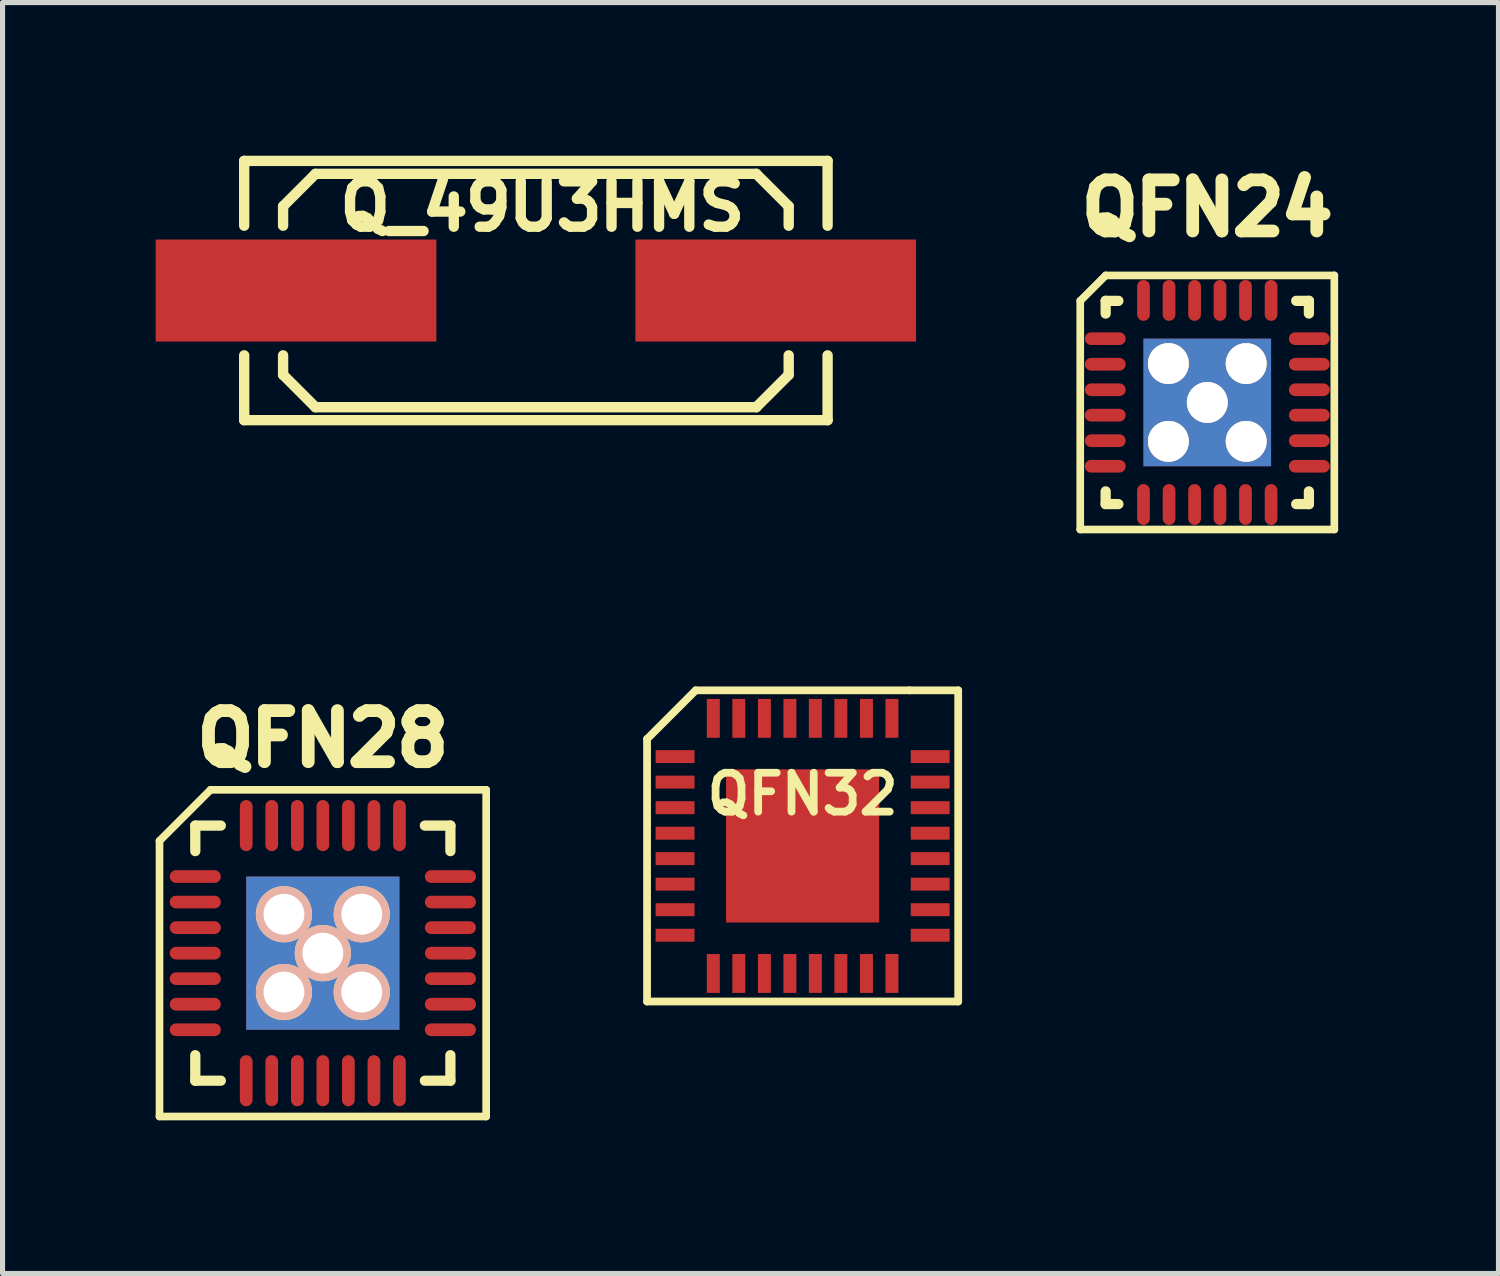
<source format=kicad_pcb>
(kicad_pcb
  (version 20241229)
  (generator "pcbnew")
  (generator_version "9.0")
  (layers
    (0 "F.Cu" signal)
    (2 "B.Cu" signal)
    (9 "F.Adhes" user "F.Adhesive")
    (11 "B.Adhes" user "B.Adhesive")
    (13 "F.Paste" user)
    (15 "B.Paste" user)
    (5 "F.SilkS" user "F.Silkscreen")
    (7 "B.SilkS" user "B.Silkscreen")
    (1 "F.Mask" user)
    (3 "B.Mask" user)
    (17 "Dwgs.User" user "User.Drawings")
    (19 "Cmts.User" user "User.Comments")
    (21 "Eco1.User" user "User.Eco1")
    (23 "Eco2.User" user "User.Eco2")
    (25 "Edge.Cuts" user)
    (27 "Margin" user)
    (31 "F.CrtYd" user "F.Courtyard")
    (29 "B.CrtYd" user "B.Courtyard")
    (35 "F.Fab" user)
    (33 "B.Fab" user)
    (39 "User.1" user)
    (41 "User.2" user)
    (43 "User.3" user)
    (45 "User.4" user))
  (footprint "Q_49U3HMS"
    (layer "F.Cu")
    (at 7.449 2.642)
    (property "Reference" "Q_49U3HMS" (at 0.127 -1.651 0) (layer "F.SilkS") (effects (font (size 0.889 0.889) (thickness 0.203))))
    (attr through_hole)
    (fp_line (start -5.715 -2.54) (end -5.715 -1.27) (stroke (width 0.203) (type solid)) (layer "F.SilkS"))
    (fp_line (start -5.715 -2.54) (end 5.715 -2.54) (stroke (width 0.203) (type solid)) (layer "F.SilkS"))
    (fp_line (start -5.715 2.54) (end -5.715 1.27) (stroke (width 0.203) (type solid)) (layer "F.SilkS"))
    (fp_line (start -4.953 -1.651) (end -4.953 -1.27) (stroke (width 0.203) (type solid)) (layer "F.SilkS"))
    (fp_line (start -4.953 1.651) (end -4.953 1.27) (stroke (width 0.203) (type solid)) (layer "F.SilkS"))
    (fp_line (start -4.953 1.651) (end -4.318 2.286) (stroke (width 0.203) (type solid)) (layer "F.SilkS"))
    (fp_line (start -4.318 -2.286) (end -4.953 -1.651) (stroke (width 0.203) (type solid)) (layer "F.SilkS"))
    (fp_line (start -4.318 2.286) (end 4.318 2.286) (stroke (width 0.203) (type solid)) (layer "F.SilkS"))
    (fp_line (start 4.318 -2.286) (end -4.318 -2.286) (stroke (width 0.203) (type solid)) (layer "F.SilkS"))
    (fp_line (start 4.318 2.286) (end 4.953 1.651) (stroke (width 0.203) (type solid)) (layer "F.SilkS"))
    (fp_line (start 4.953 -1.651) (end 4.318 -2.286) (stroke (width 0.203) (type solid)) (layer "F.SilkS"))
    (fp_line (start 4.953 -1.651) (end 4.953 -1.27) (stroke (width 0.203) (type solid)) (layer "F.SilkS"))
    (fp_line (start 4.953 1.651) (end 4.953 1.27) (stroke (width 0.203) (type solid)) (layer "F.SilkS"))
    (fp_line (start 5.715 -2.54) (end 5.715 -1.27) (stroke (width 0.203) (type solid)) (layer "F.SilkS"))
    (fp_line (start 5.715 2.54) (end -5.715 2.54) (stroke (width 0.203) (type solid)) (layer "F.SilkS"))
    (fp_line (start 5.715 2.54) (end 5.715 1.27) (stroke (width 0.203) (type solid)) (layer "F.SilkS"))
    (pad "1" smd rect (at -4.699 0) (size 5.499 1.999) (layers "F.Cu" "F.Mask" "F.Paste"))
    (pad "2" smd rect (at 4.699 0) (size 5.499 1.999) (layers "F.Cu" "F.Mask" "F.Paste")))
  (footprint "QFN32"
    (layer "F.Cu")
    (at 12.675 13.523)
    (property "Reference" "QFN32" (at 0 -1.016 0) (layer "F.SilkS") (effects (font (size 0.762 0.762) (thickness 0.152))))
    (attr smd)
    (fp_line (start -3.048 -2.095) (end -2.095 -3.048) (stroke (width 0.152) (type solid)) (layer "F.SilkS"))
    (fp_line (start -3.048 3.048) (end -3.048 -2.095) (stroke (width 0.152) (type solid)) (layer "F.SilkS"))
    (fp_line (start -2.095 -3.048) (end 2.095 -3.048) (stroke (width 0.152) (type solid)) (layer "F.SilkS"))
    (fp_line (start 2.095 -3.048) (end 3.048 -3.048) (stroke (width 0.152) (type solid)) (layer "F.SilkS"))
    (fp_line (start 3.048 -3.048) (end 3.048 3.048) (stroke (width 0.152) (type solid)) (layer "F.SilkS"))
    (fp_line (start 3.048 3.048) (end -3.048 3.048) (stroke (width 0.152) (type solid)) (layer "F.SilkS"))
    (pad "1" smd rect (at -2.499 -1.75 90) (size 0.254 0.762) (layers "F.Cu" "F.Mask" "F.Paste"))
    (pad "2" smd rect (at -2.499 -1.25 90) (size 0.254 0.762) (layers "F.Cu" "F.Mask" "F.Paste"))
    (pad "3" smd rect (at -2.499 -0.749 90) (size 0.254 0.762) (layers "F.Cu" "F.Mask" "F.Paste"))
    (pad "4" smd rect (at -2.499 -0.249 90) (size 0.254 0.762) (layers "F.Cu" "F.Mask" "F.Paste"))
    (pad "5" smd rect (at -2.499 0.249 90) (size 0.254 0.762) (layers "F.Cu" "F.Mask" "F.Paste"))
    (pad "6" smd rect (at -2.499 0.749 90) (size 0.254 0.762) (layers "F.Cu" "F.Mask" "F.Paste"))
    (pad "7" smd rect (at -2.499 1.25 90) (size 0.254 0.762) (layers "F.Cu" "F.Mask" "F.Paste"))
    (pad "8" smd rect (at -2.499 1.75 90) (size 0.254 0.762) (layers "F.Cu" "F.Mask" "F.Paste"))
    (pad "9" smd rect (at -1.75 2.499) (size 0.254 0.762) (layers "F.Cu" "F.Mask" "F.Paste"))
    (pad "10" smd rect (at -1.25 2.499) (size 0.254 0.762) (layers "F.Cu" "F.Mask" "F.Paste"))
    (pad "11" smd rect (at -0.749 2.499) (size 0.254 0.762) (layers "F.Cu" "F.Mask" "F.Paste"))
    (pad "12" smd rect (at -0.249 2.499) (size 0.254 0.762) (layers "F.Cu" "F.Mask" "F.Paste"))
    (pad "13" smd rect (at 0.249 2.499) (size 0.254 0.762) (layers "F.Cu" "F.Mask" "F.Paste"))
    (pad "14" smd rect (at 0.749 2.499) (size 0.254 0.762) (layers "F.Cu" "F.Mask" "F.Paste"))
    (pad "15" smd rect (at 1.25 2.499) (size 0.254 0.762) (layers "F.Cu" "F.Mask" "F.Paste"))
    (pad "16" smd rect (at 1.75 2.499) (size 0.254 0.762) (layers "F.Cu" "F.Mask" "F.Paste"))
    (pad "17" smd rect (at 2.499 1.75 90) (size 0.254 0.762) (layers "F.Cu" "F.Mask" "F.Paste"))
    (pad "18" smd rect (at 2.499 1.25 90) (size 0.254 0.762) (layers "F.Cu" "F.Mask" "F.Paste"))
    (pad "19" smd rect (at 2.499 0.749 90) (size 0.254 0.762) (layers "F.Cu" "F.Mask" "F.Paste"))
    (pad "20" smd rect (at 2.499 0.249 90) (size 0.254 0.762) (layers "F.Cu" "F.Mask" "F.Paste"))
    (pad "21" smd rect (at 2.499 -0.249 90) (size 0.254 0.762) (layers "F.Cu" "F.Mask" "F.Paste"))
    (pad "22" smd rect (at 2.499 -0.749 90) (size 0.254 0.762) (layers "F.Cu" "F.Mask" "F.Paste"))
    (pad "23" smd rect (at 2.499 -1.25 90) (size 0.254 0.762) (layers "F.Cu" "F.Mask" "F.Paste"))
    (pad "24" smd rect (at 2.499 -1.75 90) (size 0.254 0.762) (layers "F.Cu" "F.Mask" "F.Paste"))
    (pad "25" smd rect (at 1.75 -2.499) (size 0.254 0.762) (layers "F.Cu" "F.Mask" "F.Paste"))
    (pad "26" smd rect (at 1.25 -2.499) (size 0.254 0.762) (layers "F.Cu" "F.Mask" "F.Paste"))
    (pad "27" smd rect (at 0.749 -2.499) (size 0.254 0.762) (layers "F.Cu" "F.Mask" "F.Paste"))
    (pad "28" smd rect (at 0.249 -2.499) (size 0.254 0.762) (layers "F.Cu" "F.Mask" "F.Paste"))
    (pad "29" smd rect (at -0.249 -2.499) (size 0.254 0.762) (layers "F.Cu" "F.Mask" "F.Paste"))
    (pad "30" smd rect (at -0.749 -2.499) (size 0.254 0.762) (layers "F.Cu" "F.Mask" "F.Paste"))
    (pad "31" smd rect (at -1.25 -2.499) (size 0.254 0.762) (layers "F.Cu" "F.Mask" "F.Paste"))
    (pad "32" smd rect (at -1.75 -2.499) (size 0.254 0.762) (layers "F.Cu" "F.Mask" "F.Paste"))
    (pad "33" smd rect (at 0 0) (size 3 3) (layers "F.Cu" "F.Mask" "F.Paste")))
  (footprint "QFN24"
    (layer "F.Cu")
    (at 20.603 4.835)
    (property "Reference" "QFN24" (at 0 -3.81 0) (layer "F.SilkS") (effects (font (size 1.001 1.001) (thickness 0.305))))
    (attr through_hole)
    (fp_line (start -2.489 -1.991) (end -2.489 2.489) (stroke (width 0.15) (type solid)) (layer "F.SilkS"))
    (fp_line (start -2.489 -1.991) (end -1.991 -2.489) (stroke (width 0.15) (type solid)) (layer "F.SilkS"))
    (fp_line (start -1.991 -2.489) (end 2.489 -2.489) (stroke (width 0.15) (type solid)) (layer "F.SilkS"))
    (fp_line (start -1.991 -1.991) (end -1.742 -1.991) (stroke (width 0.201) (type solid)) (layer "F.SilkS"))
    (fp_line (start -1.991 -1.742) (end -1.991 -1.991) (stroke (width 0.201) (type solid)) (layer "F.SilkS"))
    (fp_line (start -1.991 1.991) (end -1.991 1.742) (stroke (width 0.201) (type solid)) (layer "F.SilkS"))
    (fp_line (start -1.742 1.991) (end -1.991 1.991) (stroke (width 0.201) (type solid)) (layer "F.SilkS"))
    (fp_line (start 1.742 -1.991) (end 1.991 -1.991) (stroke (width 0.201) (type solid)) (layer "F.SilkS"))
    (fp_line (start 1.991 -1.991) (end 1.991 -1.742) (stroke (width 0.201) (type solid)) (layer "F.SilkS"))
    (fp_line (start 1.991 1.742) (end 1.991 1.991) (stroke (width 0.201) (type solid)) (layer "F.SilkS"))
    (fp_line (start 1.991 1.991) (end 1.742 1.991) (stroke (width 0.201) (type solid)) (layer "F.SilkS"))
    (fp_line (start 2.489 -2.489) (end 2.489 2.489) (stroke (width 0.15) (type solid)) (layer "F.SilkS"))
    (fp_line (start 2.489 2.489) (end -2.489 2.489) (stroke (width 0.15) (type solid)) (layer "F.SilkS"))
    (pad "" np_thru_hole circle (at -0.762 -0.762 270) (size 0.8 0.8) (drill 0.8) (layers "*.Cu" "*.SilkS" "*.Mask"))
    (pad "" np_thru_hole circle (at -0.762 0.762 270) (size 0.8 0.8) (drill 0.8) (layers "*.Cu" "*.SilkS" "*.Mask"))
    (pad "" np_thru_hole circle (at 0 0 270) (size 0.8 0.8) (drill 0.8) (layers "*.Cu" "*.SilkS" "*.Mask"))
    (pad "" smd rect (at 0 0 270) (size 2.499 2.499) (layers "*.Cu" "F.Mask" "F.Paste"))
    (pad "" np_thru_hole circle (at 0.762 -0.762 270) (size 0.8 0.8) (drill 0.8) (layers "*.Cu" "*.SilkS" "*.Mask"))
    (pad "" np_thru_hole circle (at 0.762 0.762 270) (size 0.8 0.8) (drill 0.8) (layers "*.Cu" "*.SilkS" "*.Mask"))
    (pad "1" smd oval (at -1.999 -1.25) (size 0.8 0.249) (layers "F.Cu" "F.Mask" "F.Paste"))
    (pad "2" smd oval (at -1.999 -0.749) (size 0.8 0.249) (layers "F.Cu" "F.Mask" "F.Paste"))
    (pad "3" smd oval (at -1.999 -0.249) (size 0.8 0.249) (layers "F.Cu" "F.Mask" "F.Paste"))
    (pad "4" smd oval (at -1.999 0.249) (size 0.8 0.249) (layers "F.Cu" "F.Mask" "F.Paste"))
    (pad "5" smd oval (at -1.999 0.749) (size 0.8 0.249) (layers "F.Cu" "F.Mask" "F.Paste"))
    (pad "6" smd oval (at -1.999 1.25) (size 0.8 0.249) (layers "F.Cu" "F.Mask" "F.Paste"))
    (pad "7" smd oval (at -1.25 1.999 90) (size 0.8 0.249) (layers "F.Cu" "F.Mask" "F.Paste"))
    (pad "8" smd oval (at -0.749 1.999 90) (size 0.8 0.249) (layers "F.Cu" "F.Mask" "F.Paste"))
    (pad "9" smd oval (at -0.249 1.999 90) (size 0.8 0.249) (layers "F.Cu" "F.Mask" "F.Paste"))
    (pad "10" smd oval (at 0.249 1.999 90) (size 0.8 0.249) (layers "F.Cu" "F.Mask" "F.Paste"))
    (pad "11" smd oval (at 0.749 1.999 90) (size 0.8 0.249) (layers "F.Cu" "F.Mask" "F.Paste"))
    (pad "12" smd oval (at 1.25 1.999 90) (size 0.8 0.249) (layers "F.Cu" "F.Mask" "F.Paste"))
    (pad "13" smd oval (at 1.999 1.25 180) (size 0.8 0.249) (layers "F.Cu" "F.Mask" "F.Paste"))
    (pad "14" smd oval (at 1.999 0.749 180) (size 0.8 0.249) (layers "F.Cu" "F.Mask" "F.Paste"))
    (pad "15" smd oval (at 1.999 0.249 180) (size 0.8 0.249) (layers "F.Cu" "F.Mask" "F.Paste"))
    (pad "16" smd oval (at 1.999 -0.249 180) (size 0.8 0.249) (layers "F.Cu" "F.Mask" "F.Paste"))
    (pad "17" smd oval (at 1.999 -0.749 180) (size 0.8 0.249) (layers "F.Cu" "F.Mask" "F.Paste"))
    (pad "18" smd oval (at 1.999 -1.25 180) (size 0.8 0.249) (layers "F.Cu" "F.Mask" "F.Paste"))
    (pad "19" smd oval (at 1.25 -1.999 270) (size 0.8 0.249) (layers "F.Cu" "F.Mask" "F.Paste"))
    (pad "20" smd oval (at 0.749 -1.999 270) (size 0.8 0.249) (layers "F.Cu" "F.Mask" "F.Paste"))
    (pad "21" smd oval (at 0.249 -1.999 270) (size 0.8 0.249) (layers "F.Cu" "F.Mask" "F.Paste"))
    (pad "22" smd oval (at -0.249 -1.999 270) (size 0.8 0.249) (layers "F.Cu" "F.Mask" "F.Paste"))
    (pad "23" smd oval (at -0.749 -1.999 270) (size 0.8 0.249) (layers "F.Cu" "F.Mask" "F.Paste"))
    (pad "24" smd oval (at -1.25 -1.999 270) (size 0.8 0.249) (layers "F.Cu" "F.Mask" "F.Paste")))
  (footprint "QFN28"
    (layer "F.Cu")
    (at 3.275 15.624)
    (property "Reference" "QFN28" (at 0 -4.201 0) (layer "F.SilkS") (effects (font (size 1.001 1.001) (thickness 0.305))))
    (attr through_hole)
    (fp_line (start -3.2 -2.2) (end -3.2 3.2) (stroke (width 0.15) (type solid)) (layer "F.SilkS"))
    (fp_line (start -3.2 3.2) (end 3.2 3.2) (stroke (width 0.15) (type solid)) (layer "F.SilkS"))
    (fp_line (start -2.499 -2.499) (end -2.499 -1.999) (stroke (width 0.201) (type solid)) (layer "F.SilkS"))
    (fp_line (start -2.499 1.999) (end -2.499 2.499) (stroke (width 0.201) (type solid)) (layer "F.SilkS"))
    (fp_line (start -2.499 2.499) (end -1.999 2.499) (stroke (width 0.201) (type solid)) (layer "F.SilkS"))
    (fp_line (start -2.2 -3.2) (end -3.2 -2.2) (stroke (width 0.15) (type solid)) (layer "F.SilkS"))
    (fp_line (start -1.999 -2.499) (end -2.499 -2.499) (stroke (width 0.201) (type solid)) (layer "F.SilkS"))
    (fp_line (start 1.999 2.499) (end 2.499 2.499) (stroke (width 0.201) (type solid)) (layer "F.SilkS"))
    (fp_line (start 2.499 -2.499) (end 1.999 -2.499) (stroke (width 0.201) (type solid)) (layer "F.SilkS"))
    (fp_line (start 2.499 -1.999) (end 2.499 -2.499) (stroke (width 0.201) (type solid)) (layer "F.SilkS"))
    (fp_line (start 2.499 2.499) (end 2.499 1.999) (stroke (width 0.201) (type solid)) (layer "F.SilkS"))
    (fp_line (start 3.2 -3.2) (end -2.2 -3.2) (stroke (width 0.15) (type solid)) (layer "F.SilkS"))
    (fp_line (start 3.2 3.2) (end 3.2 -3.2) (stroke (width 0.15) (type solid)) (layer "F.SilkS"))
    (pad "" np_thru_hole circle (at -0.762 -0.762 270) (size 1.1 1.1) (drill 0.8) (layers "*.Cu" "*.SilkS" "*.Mask"))
    (pad "" np_thru_hole circle (at -0.762 0.762 270) (size 1.1 1.1) (drill 0.8) (layers "*.Cu" "*.SilkS" "*.Mask"))
    (pad "" np_thru_hole circle (at 0 0 270) (size 1.1 1.1) (drill 0.8) (layers "*.Cu" "*.SilkS" "*.Mask"))
    (pad "" smd rect (at 0 0 270) (size 3 3) (layers "*.Cu" "F.Mask" "F.Paste"))
    (pad "" np_thru_hole circle (at 0.762 -0.762 270) (size 1.1 1.1) (drill 0.8) (layers "*.Cu" "*.SilkS" "*.Mask"))
    (pad "" np_thru_hole circle (at 0.762 0.762 270) (size 1.1 1.1) (drill 0.8) (layers "*.Cu" "*.SilkS" "*.Mask"))
    (pad "1" smd oval (at -2.499 -1.501) (size 1.001 0.249) (layers "F.Cu" "F.Mask" "F.Paste"))
    (pad "2" smd oval (at -2.499 -1.001) (size 1.001 0.249) (layers "F.Cu" "F.Mask" "F.Paste"))
    (pad "3" smd oval (at -2.499 -0.5) (size 1.001 0.249) (layers "F.Cu" "F.Mask" "F.Paste"))
    (pad "4" smd oval (at -2.499 0) (size 1.001 0.249) (layers "F.Cu" "F.Mask" "F.Paste"))
    (pad "5" smd oval (at -2.499 0.5) (size 1.001 0.249) (layers "F.Cu" "F.Mask" "F.Paste"))
    (pad "6" smd oval (at -2.499 1.001) (size 1.001 0.249) (layers "F.Cu" "F.Mask" "F.Paste"))
    (pad "7" smd oval (at -2.499 1.501) (size 1.001 0.249) (layers "F.Cu" "F.Mask" "F.Paste"))
    (pad "8" smd oval (at -1.501 2.499 90) (size 1.001 0.249) (layers "F.Cu" "F.Mask" "F.Paste"))
    (pad "9" smd oval (at -1.001 2.499 90) (size 1.001 0.249) (layers "F.Cu" "F.Mask" "F.Paste"))
    (pad "10" smd oval (at -0.5 2.499 90) (size 1.001 0.249) (layers "F.Cu" "F.Mask" "F.Paste"))
    (pad "11" smd oval (at 0 2.499 90) (size 1.001 0.249) (layers "F.Cu" "F.Mask" "F.Paste"))
    (pad "12" smd oval (at 0.5 2.499 90) (size 1.001 0.249) (layers "F.Cu" "F.Mask" "F.Paste"))
    (pad "13" smd oval (at 1.001 2.499 90) (size 1.001 0.249) (layers "F.Cu" "F.Mask" "F.Paste"))
    (pad "14" smd oval (at 1.501 2.499 90) (size 1.001 0.249) (layers "F.Cu" "F.Mask" "F.Paste"))
    (pad "15" smd oval (at 2.499 1.501 180) (size 1.001 0.249) (layers "F.Cu" "F.Mask" "F.Paste"))
    (pad "16" smd oval (at 2.499 1.001 180) (size 1.001 0.249) (layers "F.Cu" "F.Mask" "F.Paste"))
    (pad "17" smd oval (at 2.499 0.5 180) (size 1.001 0.249) (layers "F.Cu" "F.Mask" "F.Paste"))
    (pad "18" smd oval (at 2.499 0 180) (size 1.001 0.249) (layers "F.Cu" "F.Mask" "F.Paste"))
    (pad "19" smd oval (at 2.499 -0.5 180) (size 1.001 0.249) (layers "F.Cu" "F.Mask" "F.Paste"))
    (pad "20" smd oval (at 2.499 -1.001 180) (size 1.001 0.249) (layers "F.Cu" "F.Mask" "F.Paste"))
    (pad "21" smd oval (at 2.499 -1.501 180) (size 1.001 0.249) (layers "F.Cu" "F.Mask" "F.Paste"))
    (pad "22" smd oval (at 1.501 -2.499 270) (size 1.001 0.249) (layers "F.Cu" "F.Mask" "F.Paste"))
    (pad "23" smd oval (at 1.001 -2.499 270) (size 1.001 0.249) (layers "F.Cu" "F.Mask" "F.Paste"))
    (pad "24" smd oval (at 0.5 -2.499 270) (size 1.001 0.249) (layers "F.Cu" "F.Mask" "F.Paste"))
    (pad "25" smd oval (at 0 -2.499 270) (size 1.001 0.249) (layers "F.Cu" "F.Mask" "F.Paste"))
    (pad "26" smd oval (at -0.5 -2.499 270) (size 1.001 0.249) (layers "F.Cu" "F.Mask" "F.Paste"))
    (pad "27" smd oval (at -1.001 -2.499 270) (size 1.001 0.249) (layers "F.Cu" "F.Mask" "F.Paste"))
    (pad "28" smd oval (at -1.501 -2.499 270) (size 1.001 0.249) (layers "F.Cu" "F.Mask" "F.Paste")))
  (gr_rect
    (start -3 -3)
    (end 26.308 21.9)
    (stroke (width 0.1) (type default))
    (fill no)
    (layer "Edge.Cuts")))
</source>
